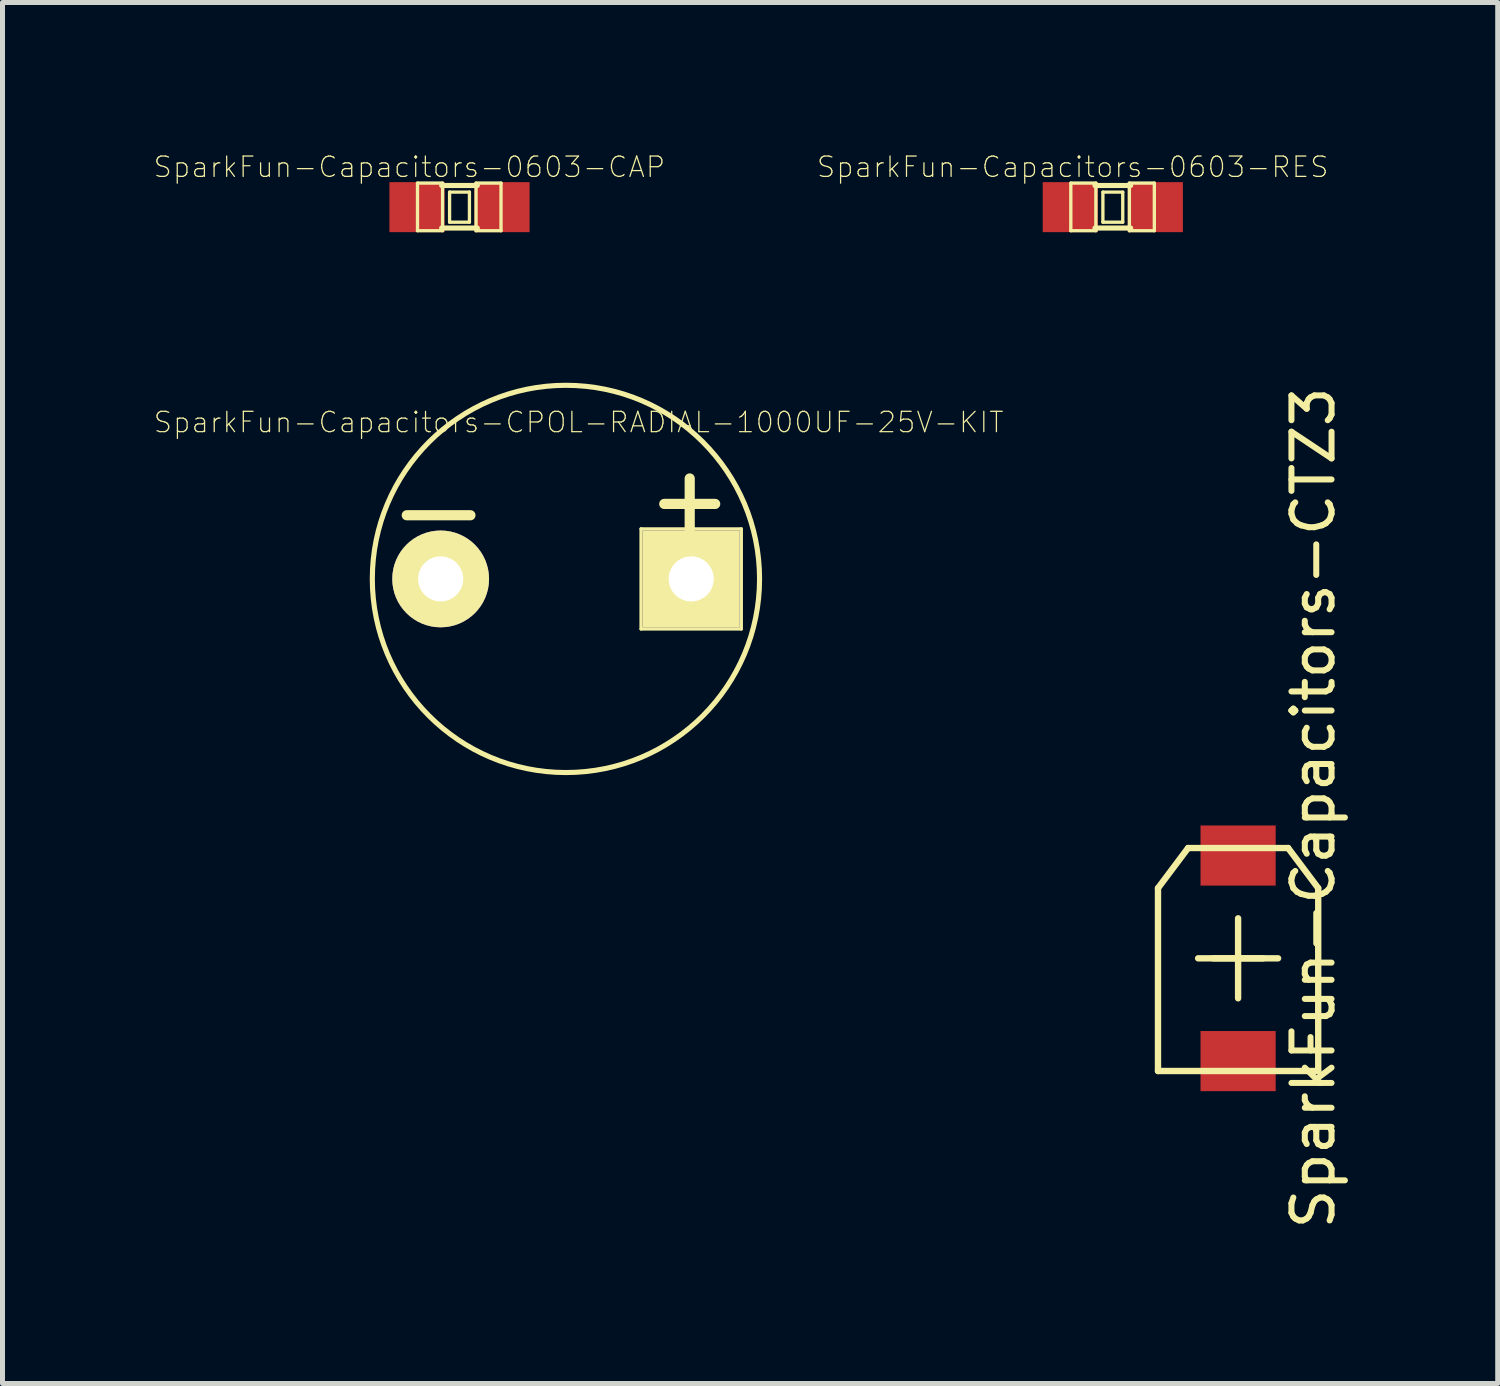
<source format=kicad_pcb>
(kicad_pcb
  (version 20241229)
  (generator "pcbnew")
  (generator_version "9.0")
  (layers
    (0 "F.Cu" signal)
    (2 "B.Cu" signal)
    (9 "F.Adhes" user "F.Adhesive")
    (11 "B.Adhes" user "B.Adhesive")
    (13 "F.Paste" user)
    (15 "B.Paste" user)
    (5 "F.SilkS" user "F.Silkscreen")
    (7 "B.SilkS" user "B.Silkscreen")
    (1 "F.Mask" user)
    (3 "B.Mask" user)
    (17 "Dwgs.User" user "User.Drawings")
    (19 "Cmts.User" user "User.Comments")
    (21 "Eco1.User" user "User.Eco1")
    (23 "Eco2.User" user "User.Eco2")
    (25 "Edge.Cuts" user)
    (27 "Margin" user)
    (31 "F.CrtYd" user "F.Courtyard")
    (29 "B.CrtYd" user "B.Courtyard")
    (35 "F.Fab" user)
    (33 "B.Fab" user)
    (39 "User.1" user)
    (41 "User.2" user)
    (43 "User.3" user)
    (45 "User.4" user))
  (footprint "SparkFun-Capacitors-CPOL-RADIAL-1000UF-25V-KIT"
    (placed yes)
    (layer "F.Cu")
    (at 8.239 8.498)
    (property "Reference" "SparkFun-Capacitors-CPOL-RADIAL-1000UF-25V-KIT" (at 0.254 -3.124 0) (layer "F.SilkS") (effects (font (size 0.406 0.406) (thickness 0.025))))
    (attr exclude_from_pos_files exclude_from_bom)
    (fp_line (start -1.905 -1.27) (end -3.175 -1.27) (stroke (width 0.203) (type solid)) (layer "F.SilkS"))
    (fp_line (start 1.499 -0.998) (end 3.498 -0.998) (stroke (width 0.066) (type solid)) (layer "F.SilkS"))
    (fp_line (start 1.499 0.998) (end 1.499 -0.998) (stroke (width 0.066) (type solid)) (layer "F.SilkS"))
    (fp_line (start 1.499 0.998) (end 3.498 0.998) (stroke (width 0.066) (type solid)) (layer "F.SilkS"))
    (fp_line (start 2.469 -2.004) (end 2.469 -0.988) (stroke (width 0.203) (type solid)) (layer "F.SilkS"))
    (fp_line (start 2.977 -1.496) (end 1.961 -1.496) (stroke (width 0.203) (type solid)) (layer "F.SilkS"))
    (fp_line (start 3.498 0.998) (end 3.498 -0.998) (stroke (width 0.066) (type solid)) (layer "F.SilkS"))
    (fp_circle (center -2.499 0) (end -2.987 0.488) (stroke (width 0) (type solid)) (fill yes) (layer "F.SilkS"))
    (fp_circle (center -2.499 0) (end -2.72 0.221) (stroke (width 0) (type solid)) (fill yes) (layer "F.SilkS"))
    (fp_circle (center 0 0) (end -2.731 2.731) (stroke (width 0.102) (type solid)) (fill no) (layer "F.SilkS"))
    (fp_circle (center 2.499 0) (end 2.723 0.224) (stroke (width 0) (type solid)) (fill yes) (layer "F.SilkS"))
    (pad "+" thru_hole rect (at 2.499 0) (size 1.93 1.93) (drill 0.899) (layers "*.Cu" "F.Mask" "F.SilkS" "F.Paste"))
    (pad "-" thru_hole circle (at -2.499 0) (size 1.93 1.93) (drill 0.899) (layers "*.Cu" "F.Mask" "F.SilkS" "F.Paste")))
  (footprint "SparkFun-Capacitors-CTZ3"
    (layer "F.Cu")
    (at 21.647 16.066)
    (property "Reference" "SparkFun-Capacitors-CTZ3" (at 1.5 -3 270) (layer "F.SilkS") (effects (font (size 0.8 0.8) (thickness 0.12))))
    (attr smd)
    (fp_line (start -1.598 -1.4) (end -1.598 2.248) (stroke (width 0.127) (type solid)) (layer "F.SilkS"))
    (fp_line (start -1.598 -1.4) (end -0.998 -2.2) (stroke (width 0.127) (type solid)) (layer "F.SilkS"))
    (fp_line (start -1.598 2.248) (end 1.598 2.248) (stroke (width 0.127) (type solid)) (layer "F.SilkS"))
    (fp_line (start -0.998 -2.2) (end 0.998 -2.2) (stroke (width 0.127) (type solid)) (layer "F.SilkS"))
    (fp_line (start -0.798 0) (end 0.798 0) (stroke (width 0.127) (type solid)) (layer "F.SilkS"))
    (fp_line (start -0.498 0) (end 0.498 0) (stroke (width 0.127) (type solid)) (layer "F.SilkS"))
    (fp_line (start 0 -0.798) (end 0 0.798) (stroke (width 0.127) (type solid)) (layer "F.SilkS"))
    (fp_line (start 1.598 -1.4) (end 0.998 -2.2) (stroke (width 0.127) (type solid)) (layer "F.SilkS"))
    (fp_line (start 1.598 -1.4) (end 1.598 2.248) (stroke (width 0.127) (type solid)) (layer "F.SilkS"))
    (pad "+" smd rect (at 0 -2.05) (size 1.499 1.199) (layers "F.Cu" "F.Mask" "F.Paste"))
    (pad "-" smd rect (at 0 2.05) (size 1.499 1.199) (layers "F.Cu" "F.Mask" "F.Paste")))
  (footprint "SparkFun-Capacitors-0603-CAP"
    (layer "F.Cu")
    (at 6.116 1.082)
    (property "Reference" "SparkFun-Capacitors-0603-CAP" (at -1 -0.8 0) (layer "F.SilkS") (effects (font (size 0.406 0.406) (thickness 0.025))))
    (attr smd)
    (fp_line (start -0.838 -0.48) (end -0.338 -0.48) (stroke (width 0.066) (type solid)) (layer "F.SilkS"))
    (fp_line (start -0.838 0.47) (end -0.838 -0.48) (stroke (width 0.066) (type solid)) (layer "F.SilkS"))
    (fp_line (start -0.838 0.47) (end -0.338 0.47) (stroke (width 0.066) (type solid)) (layer "F.SilkS"))
    (fp_line (start -0.356 -0.432) (end 0.356 -0.432) (stroke (width 0.102) (type solid)) (layer "F.SilkS"))
    (fp_line (start -0.356 0.417) (end 0.356 0.417) (stroke (width 0.102) (type solid)) (layer "F.SilkS"))
    (fp_line (start -0.338 0.47) (end -0.338 -0.48) (stroke (width 0.066) (type solid)) (layer "F.SilkS"))
    (fp_line (start -0.198 -0.3) (end 0.198 -0.3) (stroke (width 0.066) (type solid)) (layer "F.SilkS"))
    (fp_line (start -0.198 0.3) (end -0.198 -0.3) (stroke (width 0.066) (type solid)) (layer "F.SilkS"))
    (fp_line (start -0.198 0.3) (end 0.198 0.3) (stroke (width 0.066) (type solid)) (layer "F.SilkS"))
    (fp_line (start 0.198 0.3) (end 0.198 -0.3) (stroke (width 0.066) (type solid)) (layer "F.SilkS"))
    (fp_line (start 0.33 -0.48) (end 0.828 -0.48) (stroke (width 0.066) (type solid)) (layer "F.SilkS"))
    (fp_line (start 0.33 0.47) (end 0.33 -0.48) (stroke (width 0.066) (type solid)) (layer "F.SilkS"))
    (fp_line (start 0.33 0.47) (end 0.828 0.47) (stroke (width 0.066) (type solid)) (layer "F.SilkS"))
    (fp_line (start 0.828 0.47) (end 0.828 -0.48) (stroke (width 0.066) (type solid)) (layer "F.SilkS"))
    (pad "1" smd rect (at -0.848 0) (size 1.1 0.998) (layers "F.Cu" "F.Mask" "F.Paste"))
    (pad "2" smd rect (at 0.848 0) (size 1.1 0.998) (layers "F.Cu" "F.Mask" "F.Paste")))
  (footprint "SparkFun-Capacitors-0603-RES"
    (layer "F.Cu")
    (at 19.148 1.082)
    (property "Reference" "SparkFun-Capacitors-0603-RES" (at -0.8 -0.8 0) (layer "F.SilkS") (effects (font (size 0.406 0.406) (thickness 0.025))))
    (attr smd)
    (fp_line (start -0.838 -0.48) (end -0.338 -0.48) (stroke (width 0.066) (type solid)) (layer "F.SilkS"))
    (fp_line (start -0.838 0.47) (end -0.838 -0.48) (stroke (width 0.066) (type solid)) (layer "F.SilkS"))
    (fp_line (start -0.838 0.47) (end -0.338 0.47) (stroke (width 0.066) (type solid)) (layer "F.SilkS"))
    (fp_line (start -0.356 -0.432) (end 0.356 -0.432) (stroke (width 0.102) (type solid)) (layer "F.SilkS"))
    (fp_line (start -0.356 0.417) (end 0.356 0.417) (stroke (width 0.102) (type solid)) (layer "F.SilkS"))
    (fp_line (start -0.338 0.47) (end -0.338 -0.48) (stroke (width 0.066) (type solid)) (layer "F.SilkS"))
    (fp_line (start -0.198 -0.3) (end 0.198 -0.3) (stroke (width 0.066) (type solid)) (layer "F.SilkS"))
    (fp_line (start -0.198 0.3) (end -0.198 -0.3) (stroke (width 0.066) (type solid)) (layer "F.SilkS"))
    (fp_line (start -0.198 0.3) (end 0.198 0.3) (stroke (width 0.066) (type solid)) (layer "F.SilkS"))
    (fp_line (start 0.198 0.3) (end 0.198 -0.3) (stroke (width 0.066) (type solid)) (layer "F.SilkS"))
    (fp_line (start 0.33 -0.48) (end 0.828 -0.48) (stroke (width 0.066) (type solid)) (layer "F.SilkS"))
    (fp_line (start 0.33 0.47) (end 0.33 -0.48) (stroke (width 0.066) (type solid)) (layer "F.SilkS"))
    (fp_line (start 0.33 0.47) (end 0.828 0.47) (stroke (width 0.066) (type solid)) (layer "F.SilkS"))
    (fp_line (start 0.828 0.47) (end 0.828 -0.48) (stroke (width 0.066) (type solid)) (layer "F.SilkS"))
    (pad "1" smd rect (at -0.848 0) (size 1.1 0.998) (layers "F.Cu" "F.Mask" "F.Paste"))
    (pad "2" smd rect (at 0.848 0) (size 1.1 0.998) (layers "F.Cu" "F.Mask" "F.Paste")))
  (gr_rect
    (start -3 -3)
    (end 26.826 24.547)
    (stroke (width 0.1) (type default))
    (fill no)
    (layer "Edge.Cuts")))
</source>
